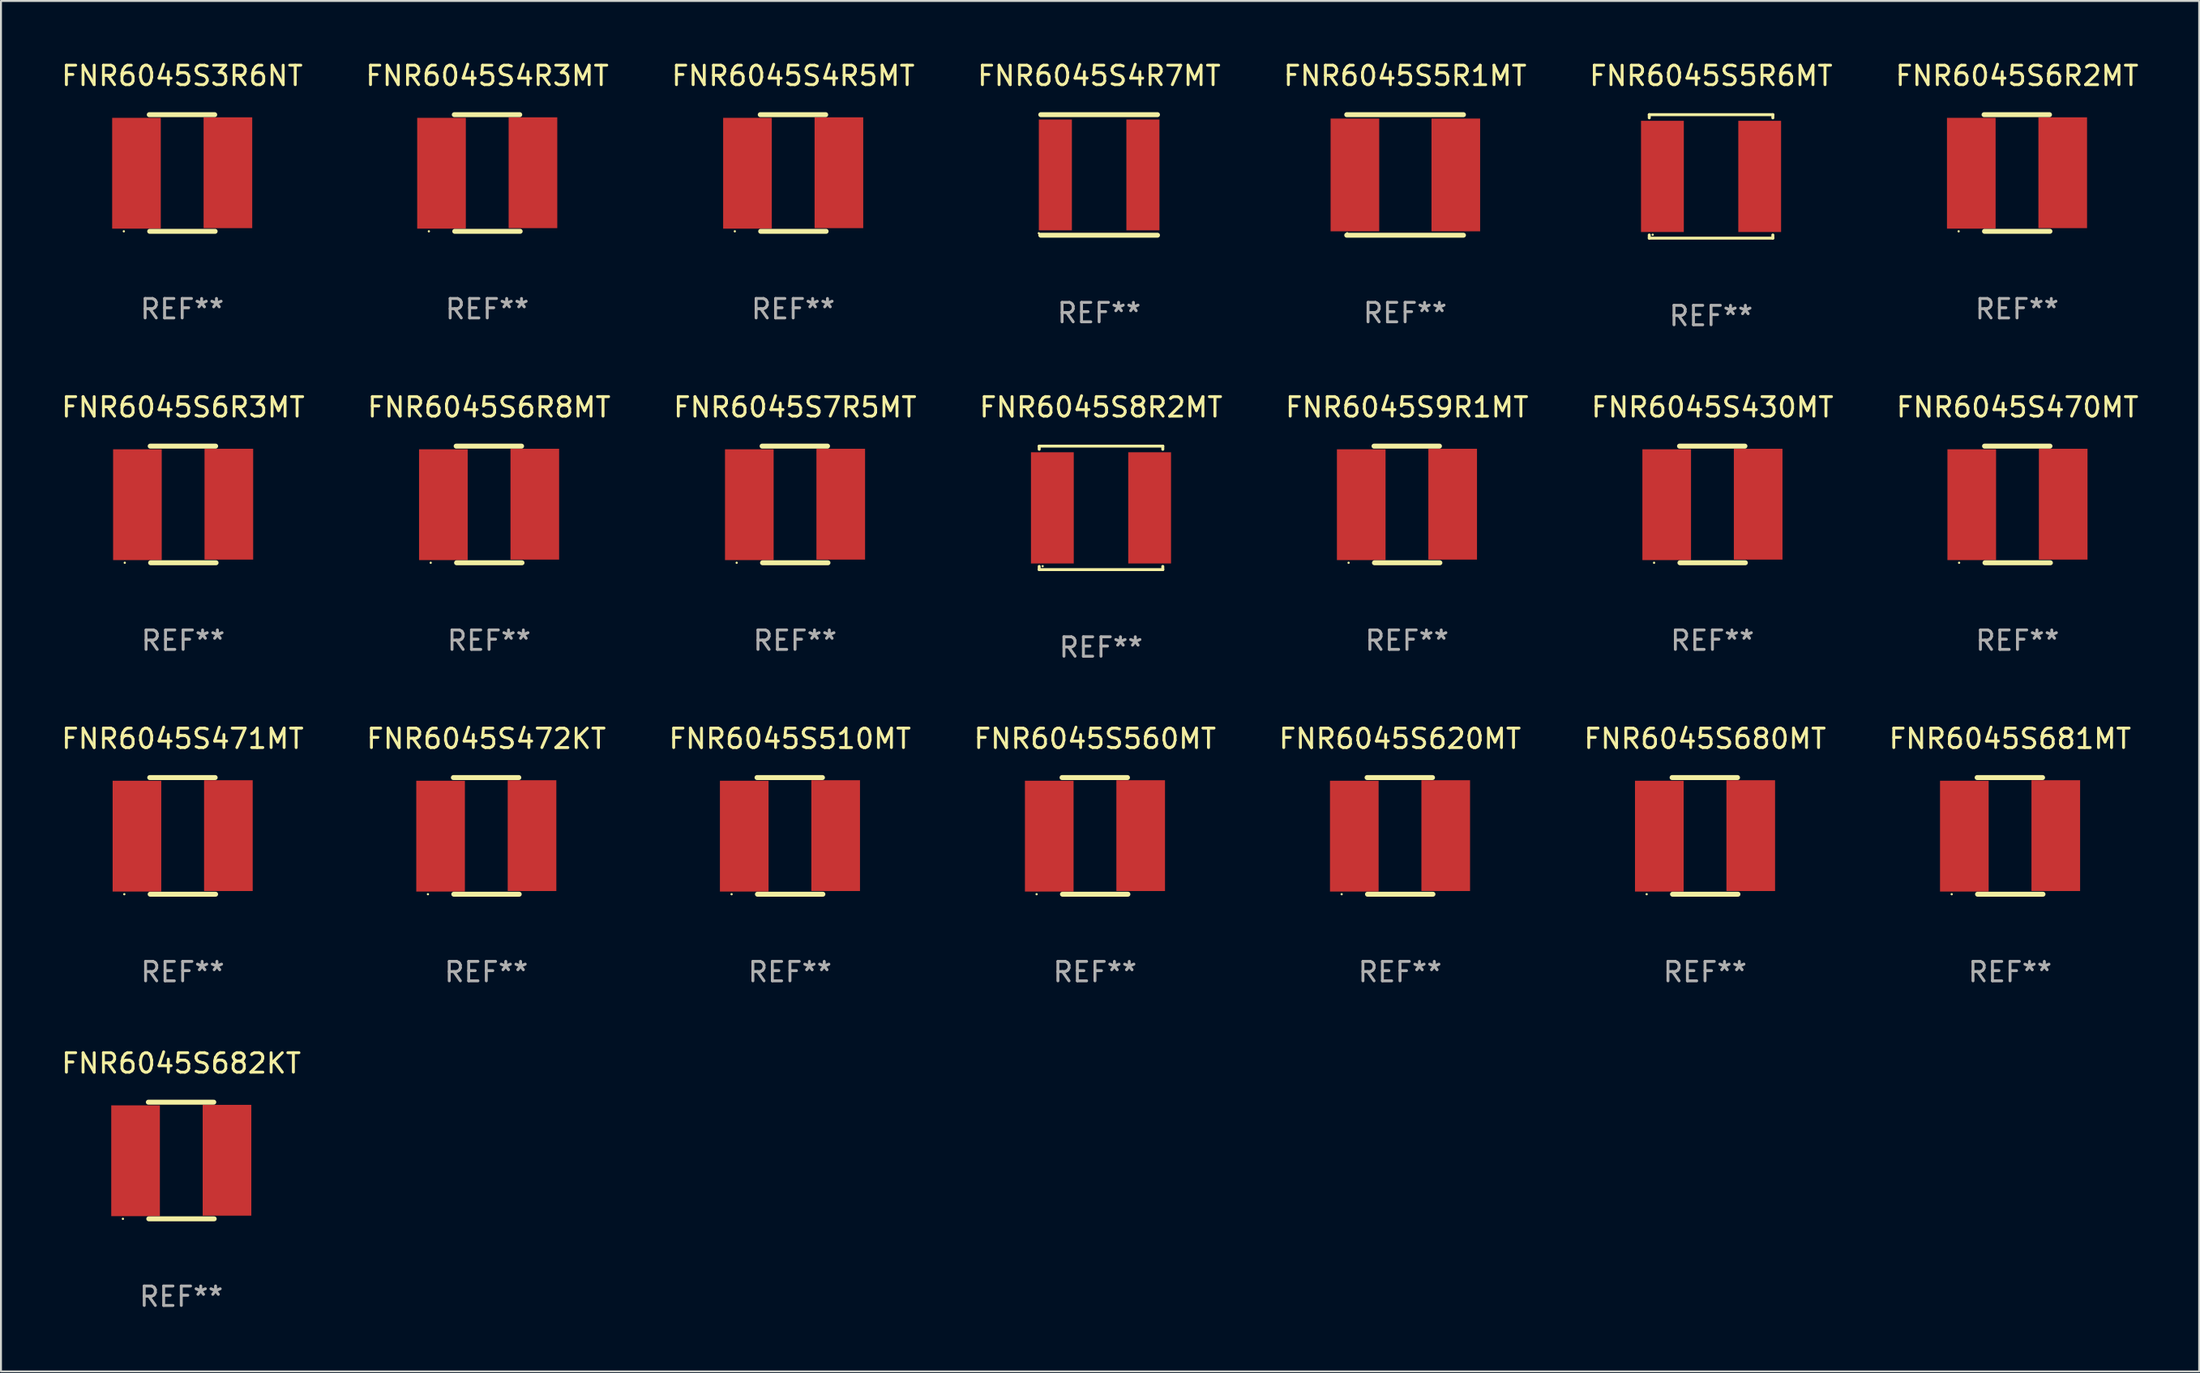
<source format=kicad_pcb>
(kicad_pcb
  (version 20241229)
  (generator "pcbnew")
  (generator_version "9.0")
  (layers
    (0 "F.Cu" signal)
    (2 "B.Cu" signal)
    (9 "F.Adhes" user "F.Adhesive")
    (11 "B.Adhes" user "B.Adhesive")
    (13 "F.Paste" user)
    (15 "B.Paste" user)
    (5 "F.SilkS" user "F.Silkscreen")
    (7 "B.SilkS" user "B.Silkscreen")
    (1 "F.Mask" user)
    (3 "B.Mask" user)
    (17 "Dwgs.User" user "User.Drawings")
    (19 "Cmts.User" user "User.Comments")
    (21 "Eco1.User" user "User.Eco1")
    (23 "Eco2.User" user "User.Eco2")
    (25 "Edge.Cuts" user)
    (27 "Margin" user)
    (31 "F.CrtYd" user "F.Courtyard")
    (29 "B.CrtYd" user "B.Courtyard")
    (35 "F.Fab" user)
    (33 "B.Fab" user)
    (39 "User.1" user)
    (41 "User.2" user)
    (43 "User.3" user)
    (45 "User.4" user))
  (footprint "FNR6045S620MT"
    (layer "F.Cu")
    (at 68.911 39.946)
    (property "Reference" "FNR6045S620MT" (at 0 -5 0) (layer "F.SilkS") (effects (font (size 1 1) (thickness 0.15))))
    (attr through_hole)
    (fp_line (start -1.693 -3) (end 1.671 -3) (stroke (width 0.254) (type solid)) (layer "F.SilkS"))
    (fp_line (start -1.671 3) (end 1.693 3) (stroke (width 0.254) (type solid)) (layer "F.SilkS"))
    (fp_circle (center -3 3) (end -2.97 3) (stroke (width 0.06) (type solid)) (fill no) (layer "F.SilkS"))
    (fp_text user "REF**" (at 0 7 0) (layer "F.Fab") (effects (font (size 1 1) (thickness 0.15))))
    (pad "1" smd rect (at -2.35 0.013) (size 2.5 5.7) (layers "F.Cu" "F.Mask" "F.Paste"))
    (pad "2" smd rect (at 2.35 -0.013) (size 2.5 5.7) (layers "F.Cu" "F.Mask" "F.Paste")))
  (footprint "FNR6045S4R7MT"
    (layer "F.Cu")
    (at 53.446 5.948)
    (property "Reference" "FNR6045S4R7MT" (at 0 -5.1 0) (layer "F.SilkS") (effects (font (size 1 1) (thickness 0.15))))
    (attr through_hole)
    (fp_line (start -3 -3.1) (end 3 -3.1) (stroke (width 0.254) (type solid)) (layer "F.SilkS"))
    (fp_line (start -3 3.1) (end 3 3.1) (stroke (width 0.254) (type solid)) (layer "F.SilkS"))
    (fp_circle (center -3.1 3) (end -3.07 3) (stroke (width 0.06) (type solid)) (fill no) (layer "F.SilkS"))
    (fp_text user "REF**" (at 0 7.1 0) (layer "F.Fab") (effects (font (size 1 1) (thickness 0.15))))
    (pad "1" smd rect (at -2.25 0 90) (size 5.7 1.7) (layers "F.Cu" "F.Mask" "F.Paste"))
    (pad "2" smd rect (at 2.25 0 90) (size 5.7 1.7) (layers "F.Cu" "F.Mask" "F.Paste")))
  (footprint "FNR6045S6R8MT"
    (layer "F.Cu")
    (at 22.089 22.897)
    (property "Reference" "FNR6045S6R8MT" (at 0 -5 0) (layer "F.SilkS") (effects (font (size 1 1) (thickness 0.15))))
    (attr through_hole)
    (fp_line (start -1.693 -3) (end 1.671 -3) (stroke (width 0.254) (type solid)) (layer "F.SilkS"))
    (fp_line (start -1.671 3) (end 1.693 3) (stroke (width 0.254) (type solid)) (layer "F.SilkS"))
    (fp_circle (center -3 3) (end -2.97 3) (stroke (width 0.06) (type solid)) (fill no) (layer "F.SilkS"))
    (fp_text user "REF**" (at 0 7 0) (layer "F.Fab") (effects (font (size 1 1) (thickness 0.15))))
    (pad "1" smd rect (at -2.35 0.013) (size 2.5 5.7) (layers "F.Cu" "F.Mask" "F.Paste"))
    (pad "2" smd rect (at 2.35 -0.013) (size 2.5 5.7) (layers "F.Cu" "F.Mask" "F.Paste")))
  (footprint "FNR6045S8R2MT"
    (layer "F.Cu")
    (at 53.542 23.073)
    (property "Reference" "FNR6045S8R2MT" (at 0 -5.176 0) (layer "F.SilkS") (effects (font (size 1 1) (thickness 0.15))))
    (attr through_hole)
    (fp_line (start -3.176 -3.176) (end 3.176 -3.176) (stroke (width 0.152) (type solid)) (layer "F.SilkS"))
    (fp_line (start -3.176 -3.012) (end -3.176 -3.176) (stroke (width 0.152) (type solid)) (layer "F.SilkS"))
    (fp_line (start -3.176 3.012) (end -3.176 3.176) (stroke (width 0.152) (type solid)) (layer "F.SilkS"))
    (fp_line (start -3.176 3.176) (end 3.176 3.176) (stroke (width 0.152) (type solid)) (layer "F.SilkS"))
    (fp_line (start 3.176 -3.176) (end 3.176 -3.012) (stroke (width 0.152) (type solid)) (layer "F.SilkS"))
    (fp_line (start 3.176 3.176) (end 3.176 3.012) (stroke (width 0.152) (type solid)) (layer "F.SilkS"))
    (fp_circle (center -3 3) (end -2.97 3) (stroke (width 0.06) (type solid)) (fill no) (layer "F.SilkS"))
    (fp_text user "REF**" (at 0 7.176 0) (layer "F.Fab") (effects (font (size 1 1) (thickness 0.15))))
    (pad "1" smd rect (at -2.5 0) (size 2.2 5.72) (layers "F.Cu" "F.Mask" "F.Paste"))
    (pad "2" smd rect (at 2.5 0) (size 2.2 5.72) (layers "F.Cu" "F.Mask" "F.Paste")))
  (footprint "FNR6045S5R1MT"
    (layer "F.Cu")
    (at 69.173 5.948)
    (property "Reference" "FNR6045S5R1MT" (at 0 -5.1 0) (layer "F.SilkS") (effects (font (size 1 1) (thickness 0.15))))
    (attr through_hole)
    (fp_line (start -3 -3.1) (end 3 -3.1) (stroke (width 0.254) (type solid)) (layer "F.SilkS"))
    (fp_line (start -3 3.1) (end 3 3.1) (stroke (width 0.254) (type solid)) (layer "F.SilkS"))
    (fp_circle (center -2.975 3) (end -2.945 3) (stroke (width 0.06) (type solid)) (fill no) (layer "F.SilkS"))
    (fp_text user "REF**" (at 0 7.1 0) (layer "F.Fab") (effects (font (size 1 1) (thickness 0.15))))
    (pad "1" smd rect (at -2.58 0) (size 2.5 5.8) (layers "F.Cu" "F.Mask" "F.Paste"))
    (pad "2" smd rect (at 2.606 0) (size 2.5 5.8) (layers "F.Cu" "F.Mask" "F.Paste")))
  (footprint "FNR6045S680MT"
    (layer "F.Cu")
    (at 84.589 39.946)
    (property "Reference" "FNR6045S680MT" (at 0 -5 0) (layer "F.SilkS") (effects (font (size 1 1) (thickness 0.15))))
    (attr through_hole)
    (fp_line (start -1.693 -3) (end 1.671 -3) (stroke (width 0.254) (type solid)) (layer "F.SilkS"))
    (fp_line (start -1.671 3) (end 1.693 3) (stroke (width 0.254) (type solid)) (layer "F.SilkS"))
    (fp_circle (center -3 3) (end -2.97 3) (stroke (width 0.06) (type solid)) (fill no) (layer "F.SilkS"))
    (fp_text user "REF**" (at 0 7 0) (layer "F.Fab") (effects (font (size 1 1) (thickness 0.15))))
    (pad "1" smd rect (at -2.35 0.013) (size 2.5 5.7) (layers "F.Cu" "F.Mask" "F.Paste"))
    (pad "2" smd rect (at 2.35 -0.013) (size 2.5 5.7) (layers "F.Cu" "F.Mask" "F.Paste")))
  (footprint "FNR6045S471MT"
    (layer "F.Cu")
    (at 6.339 39.946)
    (property "Reference" "FNR6045S471MT" (at 0 -5 0) (layer "F.SilkS") (effects (font (size 1 1) (thickness 0.15))))
    (attr through_hole)
    (fp_line (start -1.693 -3) (end 1.671 -3) (stroke (width 0.254) (type solid)) (layer "F.SilkS"))
    (fp_line (start -1.671 3) (end 1.693 3) (stroke (width 0.254) (type solid)) (layer "F.SilkS"))
    (fp_circle (center -3 3) (end -2.97 3) (stroke (width 0.06) (type solid)) (fill no) (layer "F.SilkS"))
    (fp_text user "REF**" (at 0 7 0) (layer "F.Fab") (effects (font (size 1 1) (thickness 0.15))))
    (pad "1" smd rect (at -2.35 0.013) (size 2.5 5.7) (layers "F.Cu" "F.Mask" "F.Paste"))
    (pad "2" smd rect (at 2.35 -0.013) (size 2.5 5.7) (layers "F.Cu" "F.Mask" "F.Paste")))
  (footprint "FNR6045S510MT"
    (layer "F.Cu")
    (at 37.554 39.946)
    (property "Reference" "FNR6045S510MT" (at 0 -5 0) (layer "F.SilkS") (effects (font (size 1 1) (thickness 0.15))))
    (attr through_hole)
    (fp_line (start -1.693 -3) (end 1.671 -3) (stroke (width 0.254) (type solid)) (layer "F.SilkS"))
    (fp_line (start -1.671 3) (end 1.693 3) (stroke (width 0.254) (type solid)) (layer "F.SilkS"))
    (fp_circle (center -3 3) (end -2.97 3) (stroke (width 0.06) (type solid)) (fill no) (layer "F.SilkS"))
    (fp_text user "REF**" (at 0 7 0) (layer "F.Fab") (effects (font (size 1 1) (thickness 0.15))))
    (pad "1" smd rect (at -2.35 0.013) (size 2.5 5.7) (layers "F.Cu" "F.Mask" "F.Paste"))
    (pad "2" smd rect (at 2.35 -0.013) (size 2.5 5.7) (layers "F.Cu" "F.Mask" "F.Paste")))
  (footprint "FNR6045S682KT"
    (layer "F.Cu")
    (at 6.268 56.643)
    (property "Reference" "FNR6045S682KT" (at 0 -5 0) (layer "F.SilkS") (effects (font (size 1 1) (thickness 0.15))))
    (attr through_hole)
    (fp_line (start -1.693 -3) (end 1.671 -3) (stroke (width 0.254) (type solid)) (layer "F.SilkS"))
    (fp_line (start -1.671 3) (end 1.693 3) (stroke (width 0.254) (type solid)) (layer "F.SilkS"))
    (fp_circle (center -3 3) (end -2.97 3) (stroke (width 0.06) (type solid)) (fill no) (layer "F.SilkS"))
    (fp_text user "REF**" (at 0 7 0) (layer "F.Fab") (effects (font (size 1 1) (thickness 0.15))))
    (pad "1" smd rect (at -2.35 0.013) (size 2.5 5.7) (layers "F.Cu" "F.Mask" "F.Paste"))
    (pad "2" smd rect (at 2.35 -0.013) (size 2.5 5.7) (layers "F.Cu" "F.Mask" "F.Paste")))
  (footprint "FNR6045S430MT"
    (layer "F.Cu")
    (at 84.97 22.897)
    (property "Reference" "FNR6045S430MT" (at 0 -5 0) (layer "F.SilkS") (effects (font (size 1 1) (thickness 0.15))))
    (attr through_hole)
    (fp_line (start -1.693 -3) (end 1.671 -3) (stroke (width 0.254) (type solid)) (layer "F.SilkS"))
    (fp_line (start -1.671 3) (end 1.693 3) (stroke (width 0.254) (type solid)) (layer "F.SilkS"))
    (fp_circle (center -3 3) (end -2.97 3) (stroke (width 0.06) (type solid)) (fill no) (layer "F.SilkS"))
    (fp_text user "REF**" (at 0 7 0) (layer "F.Fab") (effects (font (size 1 1) (thickness 0.15))))
    (pad "1" smd rect (at -2.35 0.013) (size 2.5 5.7) (layers "F.Cu" "F.Mask" "F.Paste"))
    (pad "2" smd rect (at 2.35 -0.013) (size 2.5 5.7) (layers "F.Cu" "F.Mask" "F.Paste")))
  (footprint "FNR6045S7R5MT"
    (layer "F.Cu")
    (at 37.815 22.897)
    (property "Reference" "FNR6045S7R5MT" (at 0 -5 0) (layer "F.SilkS") (effects (font (size 1 1) (thickness 0.15))))
    (attr through_hole)
    (fp_line (start -1.693 -3) (end 1.671 -3) (stroke (width 0.254) (type solid)) (layer "F.SilkS"))
    (fp_line (start -1.671 3) (end 1.693 3) (stroke (width 0.254) (type solid)) (layer "F.SilkS"))
    (fp_circle (center -3 3) (end -2.97 3) (stroke (width 0.06) (type solid)) (fill no) (layer "F.SilkS"))
    (fp_text user "REF**" (at 0 7 0) (layer "F.Fab") (effects (font (size 1 1) (thickness 0.15))))
    (pad "1" smd rect (at -2.35 0.013) (size 2.5 5.7) (layers "F.Cu" "F.Mask" "F.Paste"))
    (pad "2" smd rect (at 2.35 -0.013) (size 2.5 5.7) (layers "F.Cu" "F.Mask" "F.Paste")))
  (footprint "FNR6045S9R1MT"
    (layer "F.Cu")
    (at 69.268 22.897)
    (property "Reference" "FNR6045S9R1MT" (at 0 -5 0) (layer "F.SilkS") (effects (font (size 1 1) (thickness 0.15))))
    (attr through_hole)
    (fp_line (start -1.693 -3) (end 1.671 -3) (stroke (width 0.254) (type solid)) (layer "F.SilkS"))
    (fp_line (start -1.671 3) (end 1.693 3) (stroke (width 0.254) (type solid)) (layer "F.SilkS"))
    (fp_circle (center -3 3) (end -2.97 3) (stroke (width 0.06) (type solid)) (fill no) (layer "F.SilkS"))
    (fp_text user "REF**" (at 0 7 0) (layer "F.Fab") (effects (font (size 1 1) (thickness 0.15))))
    (pad "1" smd rect (at -2.35 0.013) (size 2.5 5.7) (layers "F.Cu" "F.Mask" "F.Paste"))
    (pad "2" smd rect (at 2.35 -0.013) (size 2.5 5.7) (layers "F.Cu" "F.Mask" "F.Paste")))
  (footprint "FNR6045S6R2MT"
    (layer "F.Cu")
    (at 100.625 5.848)
    (property "Reference" "FNR6045S6R2MT" (at 0 -5 0) (layer "F.SilkS") (effects (font (size 1 1) (thickness 0.15))))
    (attr through_hole)
    (fp_line (start -1.693 -3) (end 1.671 -3) (stroke (width 0.254) (type solid)) (layer "F.SilkS"))
    (fp_line (start -1.671 3) (end 1.693 3) (stroke (width 0.254) (type solid)) (layer "F.SilkS"))
    (fp_circle (center -3 3) (end -2.97 3) (stroke (width 0.06) (type solid)) (fill no) (layer "F.SilkS"))
    (fp_text user "REF**" (at 0 7 0) (layer "F.Fab") (effects (font (size 1 1) (thickness 0.15))))
    (pad "1" smd rect (at -2.35 0.013) (size 2.5 5.7) (layers "F.Cu" "F.Mask" "F.Paste"))
    (pad "2" smd rect (at 2.35 -0.013) (size 2.5 5.7) (layers "F.Cu" "F.Mask" "F.Paste")))
  (footprint "FNR6045S6R3MT"
    (layer "F.Cu")
    (at 6.363 22.897)
    (property "Reference" "FNR6045S6R3MT" (at 0 -5 0) (layer "F.SilkS") (effects (font (size 1 1) (thickness 0.15))))
    (attr through_hole)
    (fp_line (start -1.693 -3) (end 1.671 -3) (stroke (width 0.254) (type solid)) (layer "F.SilkS"))
    (fp_line (start -1.671 3) (end 1.693 3) (stroke (width 0.254) (type solid)) (layer "F.SilkS"))
    (fp_circle (center -3 3) (end -2.97 3) (stroke (width 0.06) (type solid)) (fill no) (layer "F.SilkS"))
    (fp_text user "REF**" (at 0 7 0) (layer "F.Fab") (effects (font (size 1 1) (thickness 0.15))))
    (pad "1" smd rect (at -2.35 0.013) (size 2.5 5.7) (layers "F.Cu" "F.Mask" "F.Paste"))
    (pad "2" smd rect (at 2.35 -0.013) (size 2.5 5.7) (layers "F.Cu" "F.Mask" "F.Paste")))
  (footprint "FNR6045S681MT"
    (layer "F.Cu")
    (at 100.268 39.946)
    (property "Reference" "FNR6045S681MT" (at 0 -5 0) (layer "F.SilkS") (effects (font (size 1 1) (thickness 0.15))))
    (attr through_hole)
    (fp_line (start -1.693 -3) (end 1.671 -3) (stroke (width 0.254) (type solid)) (layer "F.SilkS"))
    (fp_line (start -1.671 3) (end 1.693 3) (stroke (width 0.254) (type solid)) (layer "F.SilkS"))
    (fp_circle (center -3 3) (end -2.97 3) (stroke (width 0.06) (type solid)) (fill no) (layer "F.SilkS"))
    (fp_text user "REF**" (at 0 7 0) (layer "F.Fab") (effects (font (size 1 1) (thickness 0.15))))
    (pad "1" smd rect (at -2.35 0.013) (size 2.5 5.7) (layers "F.Cu" "F.Mask" "F.Paste"))
    (pad "2" smd rect (at 2.35 -0.013) (size 2.5 5.7) (layers "F.Cu" "F.Mask" "F.Paste")))
  (footprint "FNR6045S472KT"
    (layer "F.Cu")
    (at 21.946 39.946)
    (property "Reference" "FNR6045S472KT" (at 0 -5 0) (layer "F.SilkS") (effects (font (size 1 1) (thickness 0.15))))
    (attr through_hole)
    (fp_line (start -1.693 -3) (end 1.671 -3) (stroke (width 0.254) (type solid)) (layer "F.SilkS"))
    (fp_line (start -1.671 3) (end 1.693 3) (stroke (width 0.254) (type solid)) (layer "F.SilkS"))
    (fp_circle (center -3 3) (end -2.97 3) (stroke (width 0.06) (type solid)) (fill no) (layer "F.SilkS"))
    (fp_text user "REF**" (at 0 7 0) (layer "F.Fab") (effects (font (size 1 1) (thickness 0.15))))
    (pad "1" smd rect (at -2.35 0.013) (size 2.5 5.7) (layers "F.Cu" "F.Mask" "F.Paste"))
    (pad "2" smd rect (at 2.35 -0.013) (size 2.5 5.7) (layers "F.Cu" "F.Mask" "F.Paste")))
  (footprint "FNR6045S4R3MT"
    (layer "F.Cu")
    (at 21.994 5.848)
    (property "Reference" "FNR6045S4R3MT" (at 0 -5 0) (layer "F.SilkS") (effects (font (size 1 1) (thickness 0.15))))
    (attr through_hole)
    (fp_line (start -1.693 -3) (end 1.671 -3) (stroke (width 0.254) (type solid)) (layer "F.SilkS"))
    (fp_line (start -1.671 3) (end 1.693 3) (stroke (width 0.254) (type solid)) (layer "F.SilkS"))
    (fp_circle (center -3 3) (end -2.97 3) (stroke (width 0.06) (type solid)) (fill no) (layer "F.SilkS"))
    (fp_text user "REF**" (at 0 7 0) (layer "F.Fab") (effects (font (size 1 1) (thickness 0.15))))
    (pad "1" smd rect (at -2.35 0.013) (size 2.5 5.7) (layers "F.Cu" "F.Mask" "F.Paste"))
    (pad "2" smd rect (at 2.35 -0.013) (size 2.5 5.7) (layers "F.Cu" "F.Mask" "F.Paste")))
  (footprint "FNR6045S470MT"
    (layer "F.Cu")
    (at 100.649 22.897)
    (property "Reference" "FNR6045S470MT" (at 0 -5 0) (layer "F.SilkS") (effects (font (size 1 1) (thickness 0.15))))
    (attr through_hole)
    (fp_line (start -1.693 -3) (end 1.671 -3) (stroke (width 0.254) (type solid)) (layer "F.SilkS"))
    (fp_line (start -1.671 3) (end 1.693 3) (stroke (width 0.254) (type solid)) (layer "F.SilkS"))
    (fp_circle (center -3 3) (end -2.97 3) (stroke (width 0.06) (type solid)) (fill no) (layer "F.SilkS"))
    (fp_text user "REF**" (at 0 7 0) (layer "F.Fab") (effects (font (size 1 1) (thickness 0.15))))
    (pad "1" smd rect (at -2.35 0.013) (size 2.5 5.7) (layers "F.Cu" "F.Mask" "F.Paste"))
    (pad "2" smd rect (at 2.35 -0.013) (size 2.5 5.7) (layers "F.Cu" "F.Mask" "F.Paste")))
  (footprint "FNR6045S5R6MT"
    (layer "F.Cu")
    (at 84.899 6.024)
    (property "Reference" "FNR6045S5R6MT" (at 0 -5.176 0) (layer "F.SilkS") (effects (font (size 1 1) (thickness 0.15))))
    (attr through_hole)
    (fp_line (start -3.176 -3.176) (end 3.176 -3.176) (stroke (width 0.152) (type solid)) (layer "F.SilkS"))
    (fp_line (start -3.176 -3.012) (end -3.176 -3.176) (stroke (width 0.152) (type solid)) (layer "F.SilkS"))
    (fp_line (start -3.176 3.012) (end -3.176 3.176) (stroke (width 0.152) (type solid)) (layer "F.SilkS"))
    (fp_line (start -3.176 3.176) (end 3.176 3.176) (stroke (width 0.152) (type solid)) (layer "F.SilkS"))
    (fp_line (start 3.176 -3.176) (end 3.176 -3.012) (stroke (width 0.152) (type solid)) (layer "F.SilkS"))
    (fp_line (start 3.176 3.176) (end 3.176 3.012) (stroke (width 0.152) (type solid)) (layer "F.SilkS"))
    (fp_circle (center -3 3) (end -2.97 3) (stroke (width 0.06) (type solid)) (fill no) (layer "F.SilkS"))
    (fp_text user "REF**" (at 0 7.176 0) (layer "F.Fab") (effects (font (size 1 1) (thickness 0.15))))
    (pad "1" smd rect (at -2.5 0) (size 2.2 5.72) (layers "F.Cu" "F.Mask" "F.Paste"))
    (pad "2" smd rect (at 2.5 0) (size 2.2 5.72) (layers "F.Cu" "F.Mask" "F.Paste")))
  (footprint "FNR6045S4R5MT"
    (layer "F.Cu")
    (at 37.72 5.848)
    (property "Reference" "FNR6045S4R5MT" (at 0 -5 0) (layer "F.SilkS") (effects (font (size 1 1) (thickness 0.15))))
    (attr through_hole)
    (fp_line (start -1.693 -3) (end 1.671 -3) (stroke (width 0.254) (type solid)) (layer "F.SilkS"))
    (fp_line (start -1.671 3) (end 1.693 3) (stroke (width 0.254) (type solid)) (layer "F.SilkS"))
    (fp_circle (center -3 3) (end -2.97 3) (stroke (width 0.06) (type solid)) (fill no) (layer "F.SilkS"))
    (fp_text user "REF**" (at 0 7 0) (layer "F.Fab") (effects (font (size 1 1) (thickness 0.15))))
    (pad "1" smd rect (at -2.35 0.013) (size 2.5 5.7) (layers "F.Cu" "F.Mask" "F.Paste"))
    (pad "2" smd rect (at 2.35 -0.013) (size 2.5 5.7) (layers "F.Cu" "F.Mask" "F.Paste")))
  (footprint "FNR6045S3R6NT"
    (layer "F.Cu")
    (at 6.315 5.848)
    (property "Reference" "FNR6045S3R6NT" (at 0 -5 0) (layer "F.SilkS") (effects (font (size 1 1) (thickness 0.15))))
    (attr through_hole)
    (fp_line (start -1.693 -3) (end 1.671 -3) (stroke (width 0.254) (type solid)) (layer "F.SilkS"))
    (fp_line (start -1.671 3) (end 1.693 3) (stroke (width 0.254) (type solid)) (layer "F.SilkS"))
    (fp_circle (center -3 3) (end -2.97 3) (stroke (width 0.06) (type solid)) (fill no) (layer "F.SilkS"))
    (fp_text user "REF**" (at 0 7 0) (layer "F.Fab") (effects (font (size 1 1) (thickness 0.15))))
    (pad "1" smd rect (at -2.35 0.013) (size 2.5 5.7) (layers "F.Cu" "F.Mask" "F.Paste"))
    (pad "2" smd rect (at 2.35 -0.013) (size 2.5 5.7) (layers "F.Cu" "F.Mask" "F.Paste")))
  (footprint "FNR6045S560MT"
    (layer "F.Cu")
    (at 53.232 39.946)
    (property "Reference" "FNR6045S560MT" (at 0 -5 0) (layer "F.SilkS") (effects (font (size 1 1) (thickness 0.15))))
    (attr through_hole)
    (fp_line (start -1.693 -3) (end 1.671 -3) (stroke (width 0.254) (type solid)) (layer "F.SilkS"))
    (fp_line (start -1.671 3) (end 1.693 3) (stroke (width 0.254) (type solid)) (layer "F.SilkS"))
    (fp_circle (center -3 3) (end -2.97 3) (stroke (width 0.06) (type solid)) (fill no) (layer "F.SilkS"))
    (fp_text user "REF**" (at 0 7 0) (layer "F.Fab") (effects (font (size 1 1) (thickness 0.15))))
    (pad "1" smd rect (at -2.35 0.013) (size 2.5 5.7) (layers "F.Cu" "F.Mask" "F.Paste"))
    (pad "2" smd rect (at 2.35 -0.013) (size 2.5 5.7) (layers "F.Cu" "F.Mask" "F.Paste")))
  (gr_rect
    (start -3 -3)
    (end 109.988 67.491)
    (stroke (width 0.1) (type default))
    (fill no)
    (layer "Edge.Cuts")))
</source>
